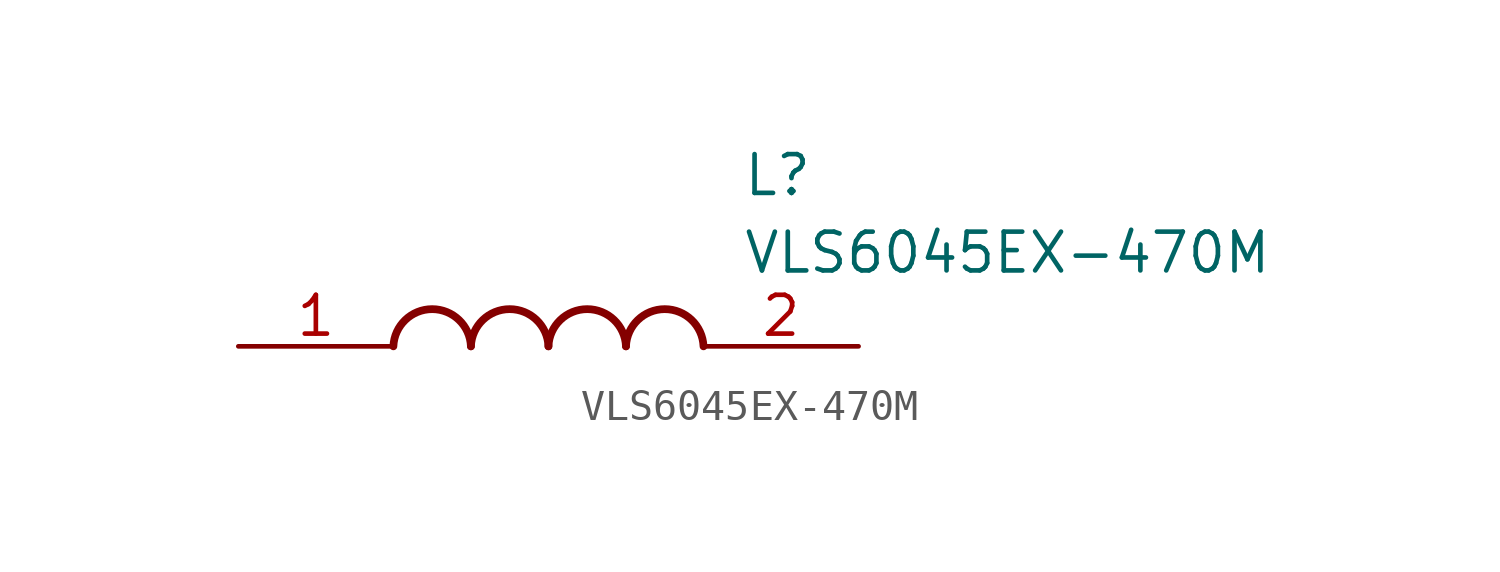
<source format=kicad_sym>
(kicad_symbol_lib
  (version 20211014)
  (generator SamacSys_ECAD_Model)
  (symbol "VLS6045EX-470M"
    (pin_names hide)
    (property "Reference" "L"
      (at 16.51 6.35 0)
      (effects (font (size 1.27 1.27)) (justify left top)))
    (property "Value" "VLS6045EX-470M"
      (at 16.51 3.81 0)
      (effects (font (size 1.27 1.27)) (justify left top)))
    (arc
      (start 7.62 0)
      (mid 6.35 1.219)
      (end 5.08 0)
      (stroke (width 0.254) (type default))
      (fill (type none)))
    (arc
      (start 10.16 0)
      (mid 8.89 1.219)
      (end 7.62 0)
      (stroke (width 0.254) (type default))
      (fill (type none)))
    (arc
      (start 12.7 0)
      (mid 11.43 1.219)
      (end 10.16 0)
      (stroke (width 0.254) (type default))
      (fill (type none)))
    (arc
      (start 15.24 0)
      (mid 13.97 1.219)
      (end 12.7 0)
      (stroke (width 0.254) (type default))
      (fill (type none)))
    (pin passive line
      (at 0 0 0)
      (length 5.08)
      (name "1" (effects (font (size 1.27 1.27))))
      (number "1" (effects (font (size 1.27 1.27)))))
    (pin passive line
      (at 20.32 0 180)
      (length 5.08)
      (name "2" (effects (font (size 1.27 1.27))))
      (number "2" (effects (font (size 1.27 1.27)))))))
</source>
